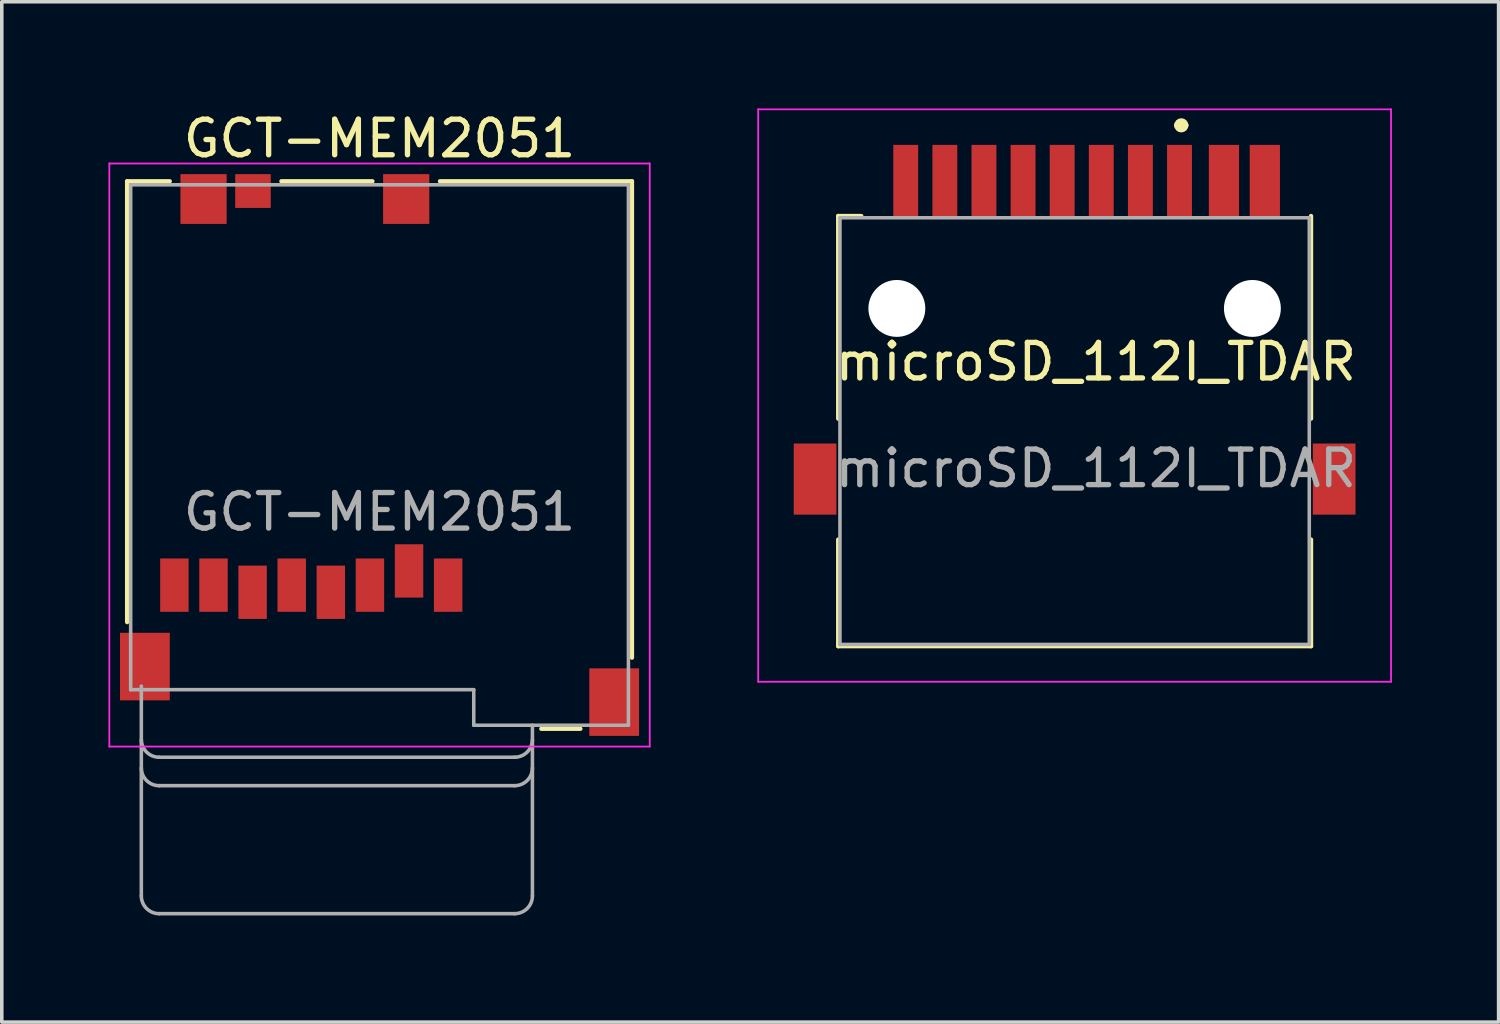
<source format=kicad_pcb>
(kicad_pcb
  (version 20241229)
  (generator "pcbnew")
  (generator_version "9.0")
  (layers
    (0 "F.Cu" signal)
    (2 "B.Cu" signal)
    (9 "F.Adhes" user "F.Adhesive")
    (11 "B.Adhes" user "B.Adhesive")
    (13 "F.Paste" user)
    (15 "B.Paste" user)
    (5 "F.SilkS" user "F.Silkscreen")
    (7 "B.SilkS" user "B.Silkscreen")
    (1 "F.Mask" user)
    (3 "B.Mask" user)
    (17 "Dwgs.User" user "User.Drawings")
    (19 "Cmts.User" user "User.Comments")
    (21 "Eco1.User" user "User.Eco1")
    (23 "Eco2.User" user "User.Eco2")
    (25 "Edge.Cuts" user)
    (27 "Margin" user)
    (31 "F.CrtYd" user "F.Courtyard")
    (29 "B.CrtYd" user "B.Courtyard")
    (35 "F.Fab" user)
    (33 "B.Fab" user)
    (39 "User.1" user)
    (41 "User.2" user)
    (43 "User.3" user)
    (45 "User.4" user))
  (footprint "GCT-MEM2051"
    (layer "F.Cu")
    (at 7.625 9.748)
    (property "Reference" "GCT-MEM2051" (at 0 -8.9 0) (unlocked yes) (layer "F.SilkS") (effects (font (size 1 1) (thickness 0.15))))
    (attr smd)
    (fp_line (start -7.1 -7.7) (end -7.1 4.7) (stroke (width 0.12) (type solid)) (layer "F.SilkS"))
    (fp_line (start -7.1 -7.7) (end -5.9 -7.7) (stroke (width 0.12) (type solid)) (layer "F.SilkS"))
    (fp_line (start -2.76 -7.7) (end -0.2 -7.7) (stroke (width 0.12) (type solid)) (layer "F.SilkS"))
    (fp_line (start 1.7 -7.7) (end 7.1 -7.7) (stroke (width 0.12) (type solid)) (layer "F.SilkS"))
    (fp_line (start 5.65 7.7) (end 4.55 7.7) (stroke (width 0.12) (type solid)) (layer "F.SilkS"))
    (fp_line (start 7.1 -7.7) (end 7.1 5.7) (stroke (width 0.12) (type solid)) (layer "F.SilkS"))
    (fp_line (start -7.6 -8.2) (end 7.6 -8.2) (stroke (width 0.05) (type solid)) (layer "F.CrtYd"))
    (fp_line (start -7.6 8.2) (end -7.6 -8.2) (stroke (width 0.05) (type solid)) (layer "F.CrtYd"))
    (fp_line (start 7.6 -8.2) (end 7.6 8.2) (stroke (width 0.05) (type solid)) (layer "F.CrtYd"))
    (fp_line (start 7.6 8.2) (end -7.6 8.2) (stroke (width 0.05) (type solid)) (layer "F.CrtYd"))
    (fp_line (start -7 -7.6) (end -7 6.6) (stroke (width 0.1) (type solid)) (layer "F.Fab"))
    (fp_line (start -7 -7.6) (end 7 -7.6) (stroke (width 0.1) (type solid)) (layer "F.Fab"))
    (fp_line (start -6.7 12.4) (end -6.7 6.5) (stroke (width 0.1) (type solid)) (layer "F.Fab"))
    (fp_line (start 2.65 6.6) (end -7 6.6) (stroke (width 0.1) (type solid)) (layer "F.Fab"))
    (fp_line (start 2.65 7.6) (end 2.65 6.6) (stroke (width 0.1) (type solid)) (layer "F.Fab"))
    (fp_line (start 3.8 8.5) (end -6.2 8.5) (stroke (width 0.1) (type solid)) (layer "F.Fab"))
    (fp_line (start 3.8 9.3) (end -6.2 9.3) (stroke (width 0.1) (type solid)) (layer "F.Fab"))
    (fp_line (start 3.8 12.9) (end -6.2 12.9) (stroke (width 0.1) (type solid)) (layer "F.Fab"))
    (fp_line (start 4.3 7.6) (end 4.3 12.4) (stroke (width 0.1) (type solid)) (layer "F.Fab"))
    (fp_line (start 7 -7.6) (end 7 7.6) (stroke (width 0.1) (type solid)) (layer "F.Fab"))
    (fp_line (start 7 7.6) (end 2.65 7.6) (stroke (width 0.1) (type solid)) (layer "F.Fab"))
    (fp_arc (start -6.2 8.5) (mid -6.553553 8.353553) (end -6.7 8) (stroke (width 0.1) (type solid)) (layer "F.Fab"))
    (fp_arc (start -6.2 9.3) (mid -6.553553 9.153553) (end -6.7 8.8) (stroke (width 0.1) (type solid)) (layer "F.Fab"))
    (fp_arc (start -6.2 12.9) (mid -6.553553 12.753553) (end -6.7 12.4) (stroke (width 0.1) (type solid)) (layer "F.Fab"))
    (fp_arc (start 4.3 8) (mid 4.153553 8.353553) (end 3.8 8.5) (stroke (width 0.1) (type solid)) (layer "F.Fab"))
    (fp_arc (start 4.3 8.8) (mid 4.153553 9.153553) (end 3.8 9.3) (stroke (width 0.1) (type solid)) (layer "F.Fab"))
    (fp_arc (start 4.3 12.4) (mid 4.153553 12.753553) (end 3.8 12.9) (stroke (width 0.1) (type solid)) (layer "F.Fab"))
    (fp_text user "${REFERENCE}" (at 0 1.6 0) (unlocked yes) (layer "F.Fab") (effects (font (size 1 1) (thickness 0.15))))
    (pad "1" smd rect (at 1.93 3.66 90) (size 1.5 0.8) (layers "F.Cu" "F.Mask" "F.Paste"))
    (pad "2" smd rect (at 0.83 3.26 90) (size 1.5 0.8) (layers "F.Cu" "F.Mask" "F.Paste"))
    (pad "3" smd rect (at -0.27 3.66 90) (size 1.5 0.8) (layers "F.Cu" "F.Mask" "F.Paste"))
    (pad "4" smd rect (at -1.37 3.86 90) (size 1.5 0.8) (layers "F.Cu" "F.Mask" "F.Paste"))
    (pad "5" smd rect (at -2.47 3.66 90) (size 1.5 0.8) (layers "F.Cu" "F.Mask" "F.Paste"))
    (pad "6" smd rect (at -3.57 3.86 90) (size 1.5 0.8) (layers "F.Cu" "F.Mask" "F.Paste"))
    (pad "7" smd rect (at -4.67 3.66 90) (size 1.5 0.8) (layers "F.Cu" "F.Mask" "F.Paste"))
    (pad "8" smd rect (at -5.77 3.66 90) (size 1.5 0.8) (layers "F.Cu" "F.Mask" "F.Paste"))
    (pad "10" smd rect (at -3.56 -7.425 90) (size 0.95 1) (layers "F.Cu" "F.Mask" "F.Paste"))
    (pad "11" smd rect (at -6.6 5.95 90) (size 1.9 1.4) (layers "F.Cu" "F.Mask" "F.Paste"))
    (pad "11" smd rect (at -4.95 -7.2 90) (size 1.4 1.3) (layers "F.Cu" "F.Mask" "F.Paste"))
    (pad "11" smd rect (at 0.75 -7.2 90) (size 1.4 1.3) (layers "F.Cu" "F.Mask" "F.Paste"))
    (pad "11" smd rect (at 6.6 6.95 90) (size 1.9 1.4) (layers "F.Cu" "F.Mask" "F.Paste"))
    (zone (net_name "") (layers "F.Cu" "F.Fab") (name "Keepout") (hatch edge 0.508) (connect_pads) (min_thickness 0.254) (filled_areas_thickness no) (keepout (tracks not_allowed) (vias not_allowed) (pads not_allowed) (copperpour not_allowed) (footprints not_allowed)) (placement (enabled no)) (fill) (polygon (pts (xy 10.075 8.378) (xy 1.375 8.378) (xy 1.375 6.078) (xy 2.895 6.078) (xy 2.895 4.008) (xy 4.995 4.008) (xy 4.995 6.078) (xy 10.075 6.078)))))
  (footprint "microSD_112I_TDAR"
    (layer "F.Cu")
    (at 27.175 8.075)
    (property "Reference" "microSD_112I_TDAR" (at 0.6 -0.95 0) (unlocked yes) (layer "F.SilkS") (effects (font (size 1 1) (thickness 0.15))))
    (attr smd)
    (fp_line (start -6.65 -5.05) (end -6 -5.05) (stroke (width 0.12) (type solid)) (layer "F.SilkS"))
    (fp_line (start -6.65 0.65) (end -6.65 -5.05) (stroke (width 0.12) (type solid)) (layer "F.SilkS"))
    (fp_line (start -6.65 4.05) (end -6.65 7.05) (stroke (width 0.12) (type solid)) (layer "F.SilkS"))
    (fp_line (start -6.65 7.05) (end 6.65 7.05) (stroke (width 0.12) (type solid)) (layer "F.SilkS"))
    (fp_line (start 2.9 -7.6) (end 2.9 -7.6) (stroke (width 0.2) (type solid)) (layer "F.SilkS"))
    (fp_line (start 3.1 -7.6) (end 3.1 -7.6) (stroke (width 0.2) (type solid)) (layer "F.SilkS"))
    (fp_line (start 6.65 -5.05) (end 6.65 0.65) (stroke (width 0.12) (type solid)) (layer "F.SilkS"))
    (fp_line (start 6.65 7.05) (end 6.65 4.05) (stroke (width 0.12) (type solid)) (layer "F.SilkS"))
    (fp_arc (start 2.9 -7.6) (mid 3 -7.7) (end 3.1 -7.6) (stroke (width 0.2) (type solid)) (layer "F.SilkS"))
    (fp_arc (start 3.1 -7.6) (mid 3 -7.5) (end 2.9 -7.6) (stroke (width 0.2) (type solid)) (layer "F.SilkS"))
    (fp_line (start -8.9 -8.05) (end 8.9 -8.05) (stroke (width 0.05) (type solid)) (layer "F.CrtYd"))
    (fp_line (start -8.9 8.05) (end -8.9 -8.05) (stroke (width 0.05) (type solid)) (layer "F.CrtYd"))
    (fp_line (start 8.9 -8.05) (end 8.9 8.05) (stroke (width 0.05) (type solid)) (layer "F.CrtYd"))
    (fp_line (start 8.9 8.05) (end -8.9 8.05) (stroke (width 0.05) (type solid)) (layer "F.CrtYd"))
    (fp_line (start -6.6 -5) (end 6.6 -5) (stroke (width 0.1) (type solid)) (layer "F.Fab"))
    (fp_line (start -6.6 7) (end -6.6 -5) (stroke (width 0.1) (type solid)) (layer "F.Fab"))
    (fp_line (start 6.6 -5) (end 6.6 7) (stroke (width 0.1) (type solid)) (layer "F.Fab"))
    (fp_line (start 6.6 7) (end -6.6 7) (stroke (width 0.1) (type solid)) (layer "F.Fab"))
    (fp_text user "${REFERENCE}" (at 0.6 2.05 0) (unlocked yes) (layer "F.Fab") (effects (font (size 1 1) (thickness 0.15))))
    (pad "" np_thru_hole circle (at -5 -2.45) (size 1.6 1.6) (drill 1.6) (layers "*.Cu" "*.Mask"))
    (pad "" np_thru_hole circle (at 5 -2.45) (size 1.6 1.6) (drill 1.6) (layers "*.Cu" "*.Mask"))
    (pad "1" smd rect (at 2.95 -6.05) (size 0.7 2) (layers "F.Cu" "F.Mask" "F.Paste"))
    (pad "2" smd rect (at 1.85 -6.05) (size 0.7 2) (layers "F.Cu" "F.Mask" "F.Paste"))
    (pad "3" smd rect (at 0.75 -6.05) (size 0.7 2) (layers "F.Cu" "F.Mask" "F.Paste"))
    (pad "4" smd rect (at -0.35 -6.05) (size 0.7 2) (layers "F.Cu" "F.Mask" "F.Paste"))
    (pad "5" smd rect (at -1.45 -6.05) (size 0.7 2) (layers "F.Cu" "F.Mask" "F.Paste"))
    (pad "6" smd rect (at -2.55 -6.05) (size 0.7 2) (layers "F.Cu" "F.Mask" "F.Paste"))
    (pad "7" smd rect (at -3.65 -6.05) (size 0.7 2) (layers "F.Cu" "F.Mask" "F.Paste"))
    (pad "8" smd rect (at -4.75 -6.05) (size 0.7 2) (layers "F.Cu" "F.Mask" "F.Paste"))
    (pad "9" smd rect (at 4.2 -6.05) (size 0.85 2) (layers "F.Cu" "F.Mask" "F.Paste"))
    (pad "10" smd rect (at 5.35 -6.05) (size 0.85 2) (layers "F.Cu" "F.Mask" "F.Paste"))
    (pad "11" smd rect (at -7.3 2.35) (size 1.2 2) (layers "F.Cu" "F.Mask" "F.Paste"))
    (pad "11" smd rect (at 7.3 2.35) (size 1.2 2) (layers "F.Cu" "F.Mask" "F.Paste")))
  (gr_rect
    (start -3 -3)
    (end 39.1 25.698)
    (stroke (width 0.1) (type default))
    (fill no)
    (layer "Edge.Cuts")))
</source>
